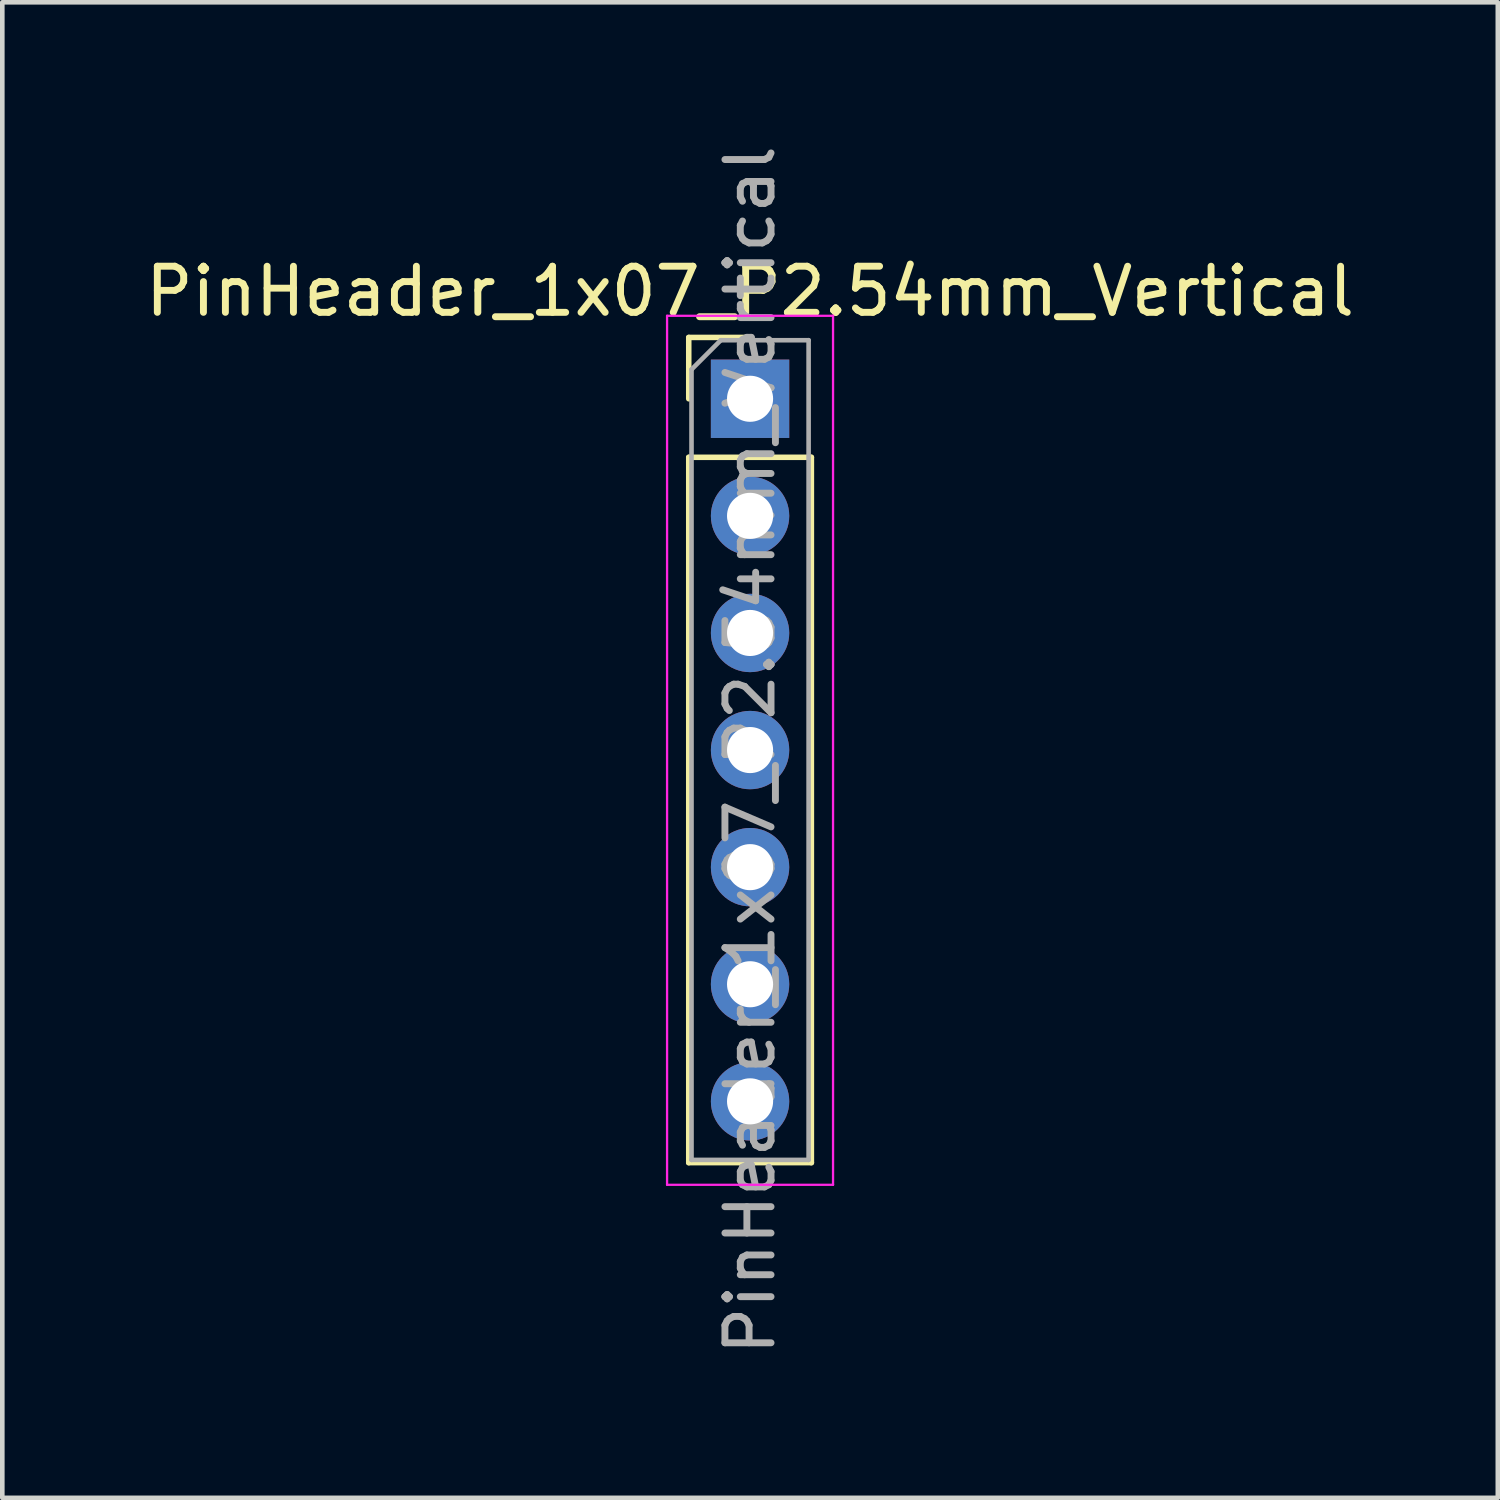
<source format=kicad_pcb>
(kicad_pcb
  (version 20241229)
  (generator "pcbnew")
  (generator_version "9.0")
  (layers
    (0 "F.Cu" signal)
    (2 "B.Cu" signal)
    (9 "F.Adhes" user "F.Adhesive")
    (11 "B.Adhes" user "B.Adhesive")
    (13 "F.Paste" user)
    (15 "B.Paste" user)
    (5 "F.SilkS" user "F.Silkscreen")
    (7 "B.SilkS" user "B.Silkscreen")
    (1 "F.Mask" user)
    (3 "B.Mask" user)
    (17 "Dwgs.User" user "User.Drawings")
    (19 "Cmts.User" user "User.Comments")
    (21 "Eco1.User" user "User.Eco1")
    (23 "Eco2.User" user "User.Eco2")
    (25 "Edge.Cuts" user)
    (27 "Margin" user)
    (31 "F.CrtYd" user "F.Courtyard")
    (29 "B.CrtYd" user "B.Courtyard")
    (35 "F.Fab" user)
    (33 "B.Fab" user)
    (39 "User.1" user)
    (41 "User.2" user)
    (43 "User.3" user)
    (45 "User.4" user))
  (footprint "PinHeader_1x07_P2.54mm_Vertical"
    (layer "F.Cu")
    (at 13.22 5.6)
    (property "Reference" "PinHeader_1x07_P2.54mm_Vertical" (at 0 -2.33 0) (layer "F.SilkS") (effects (font (size 1 1) (thickness 0.15))))
    (attr through_hole)
    (fp_line (start -1.33 -1.33) (end 0 -1.33) (stroke (width 0.12) (type solid)) (layer "F.SilkS"))
    (fp_line (start -1.33 0) (end -1.33 -1.33) (stroke (width 0.12) (type solid)) (layer "F.SilkS"))
    (fp_line (start -1.33 1.27) (end -1.33 16.57) (stroke (width 0.12) (type solid)) (layer "F.SilkS"))
    (fp_line (start -1.33 1.27) (end 1.33 1.27) (stroke (width 0.12) (type solid)) (layer "F.SilkS"))
    (fp_line (start -1.33 16.57) (end 1.33 16.57) (stroke (width 0.12) (type solid)) (layer "F.SilkS"))
    (fp_line (start 1.33 1.27) (end 1.33 16.57) (stroke (width 0.12) (type solid)) (layer "F.SilkS"))
    (fp_line (start -1.8 -1.8) (end -1.8 17.05) (stroke (width 0.05) (type solid)) (layer "F.CrtYd"))
    (fp_line (start -1.8 17.05) (end 1.8 17.05) (stroke (width 0.05) (type solid)) (layer "F.CrtYd"))
    (fp_line (start 1.8 -1.8) (end -1.8 -1.8) (stroke (width 0.05) (type solid)) (layer "F.CrtYd"))
    (fp_line (start 1.8 17.05) (end 1.8 -1.8) (stroke (width 0.05) (type solid)) (layer "F.CrtYd"))
    (fp_line (start -1.27 -0.635) (end -0.635 -1.27) (stroke (width 0.1) (type solid)) (layer "F.Fab"))
    (fp_line (start -1.27 16.51) (end -1.27 -0.635) (stroke (width 0.1) (type solid)) (layer "F.Fab"))
    (fp_line (start -0.635 -1.27) (end 1.27 -1.27) (stroke (width 0.1) (type solid)) (layer "F.Fab"))
    (fp_line (start 1.27 -1.27) (end 1.27 16.51) (stroke (width 0.1) (type solid)) (layer "F.Fab"))
    (fp_line (start 1.27 16.51) (end -1.27 16.51) (stroke (width 0.1) (type solid)) (layer "F.Fab"))
    (fp_text user "${REFERENCE}" (at 0 7.62 90) (layer "F.Fab") (effects (font (size 1 1) (thickness 0.15))))
    (pad "1" thru_hole rect (at 0 0) (size 1.7 1.7) (drill 1) (layers "*.Cu" "*.Mask"))
    (pad "2" thru_hole oval (at 0 2.54) (size 1.7 1.7) (drill 1) (layers "*.Cu" "*.Mask"))
    (pad "3" thru_hole oval (at 0 5.08) (size 1.7 1.7) (drill 1) (layers "*.Cu" "*.Mask"))
    (pad "4" thru_hole oval (at 0 7.62) (size 1.7 1.7) (drill 1) (layers "*.Cu" "*.Mask"))
    (pad "5" thru_hole oval (at 0 10.16) (size 1.7 1.7) (drill 1) (layers "*.Cu" "*.Mask"))
    (pad "6" thru_hole oval (at 0 12.7) (size 1.7 1.7) (drill 1) (layers "*.Cu" "*.Mask"))
    (pad "MP" thru_hole oval (at 0 15.24) (size 1.7 1.7) (drill 1) (layers "*.Cu" "*.Mask")))
  (gr_rect
    (start -3 -3)
    (end 29.44 29.44)
    (stroke (width 0.1) (type default))
    (fill no)
    (layer "Edge.Cuts")))
</source>
